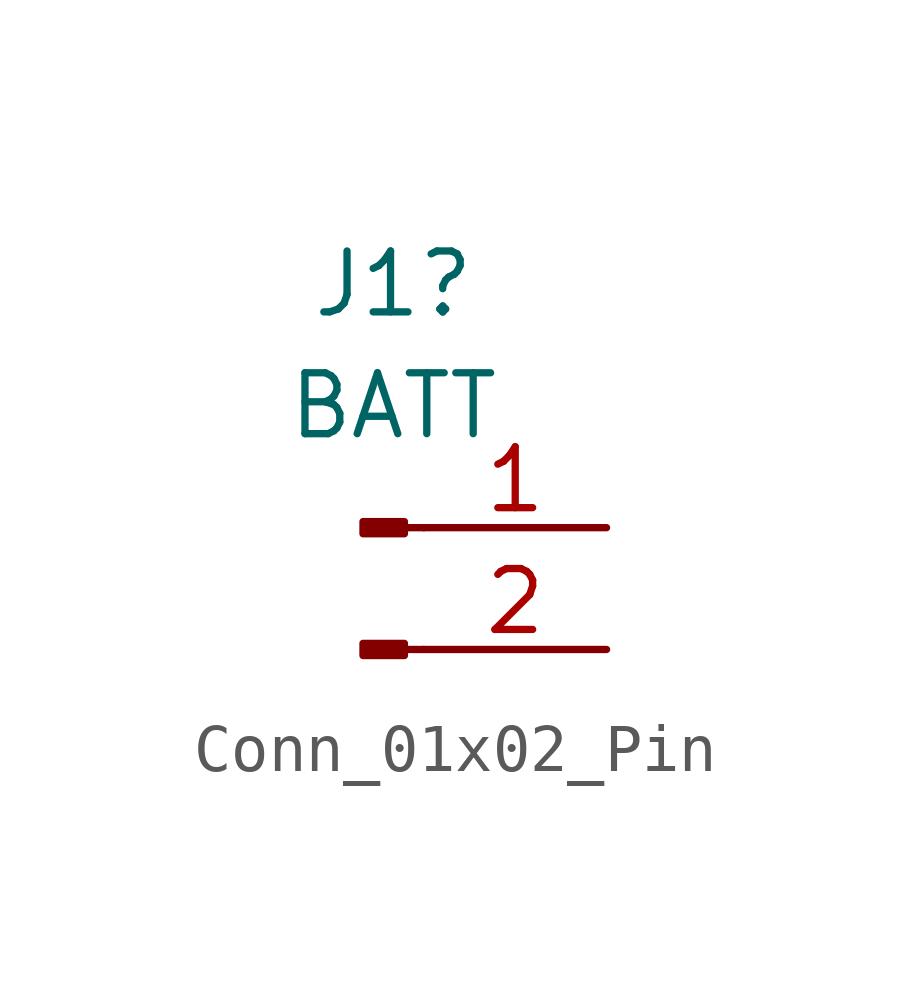
<source format=kicad_sym>
(kicad_symbol_lib
  (version 20231120)
  (generator "kicad_symbol_editor")
  (generator_version "8.0")
  (symbol "Conn_01x02_Pin"
    (pin_names
      (offset 1.016) hide)
    (property "Reference" "J1"
      (at 0.635 5.08 0)
      (effects (font (size 1.27 1.27))))
    (property "Value" "BATT"
      (at 0.635 2.54 0)
      (effects (font (size 1.27 1.27))))
    (property "ki_locked" ""
      (at 0 0 0)
      (effects (font (size 1.27 1.27))))
    (symbol "Conn_01x02_Pin_1_1"
      (polyline (pts (xy 1.27 -2.54) (xy 0.864 -2.54)) (stroke (width 0.152) (type default)) (fill (type none)))
      (polyline (pts (xy 1.27 0) (xy 0.864 0)) (stroke (width 0.152) (type default)) (fill (type none)))
      (rectangle (start 0.864 -2.413) (end 0 -2.667) (stroke (width 0.152) (type default)) (fill (type outline)))
      (rectangle (start 0.864 0.127) (end 0 -0.127) (stroke (width 0.152) (type default)) (fill (type outline)))
      (pin passive line (at 5.08 0 180) (length 3.81) (name "Pin_1" (effects (font (size 1.27 1.27)))) (number "1" (effects (font (size 1.27 1.27)))))
      (pin passive line (at 5.08 -2.54 180) (length 3.81) (name "Pin_2" (effects (font (size 1.27 1.27)))) (number "2" (effects (font (size 1.27 1.27))))))))
</source>
